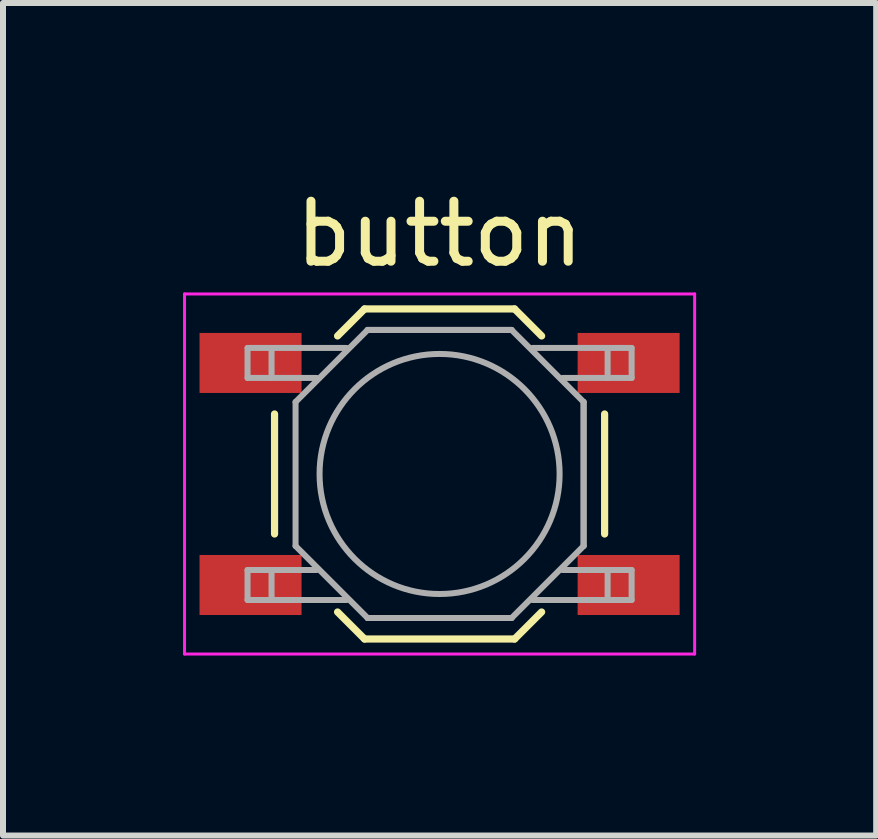
<source format=kicad_pcb>
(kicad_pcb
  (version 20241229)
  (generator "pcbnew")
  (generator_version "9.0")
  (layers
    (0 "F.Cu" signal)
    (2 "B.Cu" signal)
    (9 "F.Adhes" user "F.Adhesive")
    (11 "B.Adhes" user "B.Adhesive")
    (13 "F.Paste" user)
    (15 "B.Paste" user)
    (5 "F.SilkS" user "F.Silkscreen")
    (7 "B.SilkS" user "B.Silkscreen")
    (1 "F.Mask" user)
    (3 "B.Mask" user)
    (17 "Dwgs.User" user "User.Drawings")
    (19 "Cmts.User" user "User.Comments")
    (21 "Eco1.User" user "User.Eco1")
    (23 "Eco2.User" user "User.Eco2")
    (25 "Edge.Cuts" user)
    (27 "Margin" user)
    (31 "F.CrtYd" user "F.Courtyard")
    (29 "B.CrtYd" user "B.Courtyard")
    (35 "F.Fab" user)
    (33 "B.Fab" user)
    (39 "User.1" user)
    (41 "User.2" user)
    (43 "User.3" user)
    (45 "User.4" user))
  (footprint "button"
    (layer "F.Cu")
    (at 4.275 4.848)
    (property "Reference" "button" (at 0 -4 0) (unlocked yes) (layer "F.SilkS") (effects (font (size 1 1) (thickness 0.15))))
    (attr smd)
    (fp_line (start -2.75 -1) (end -2.75 1) (stroke (width 0.12) (type solid)) (layer "F.SilkS"))
    (fp_line (start -1.7 -2.3) (end -1.25 -2.75) (stroke (width 0.12) (type solid)) (layer "F.SilkS"))
    (fp_line (start -1.7 2.3) (end -1.25 2.75) (stroke (width 0.12) (type solid)) (layer "F.SilkS"))
    (fp_line (start -1.25 -2.75) (end 1.25 -2.75) (stroke (width 0.12) (type solid)) (layer "F.SilkS"))
    (fp_line (start -1.25 2.75) (end 1.25 2.75) (stroke (width 0.12) (type solid)) (layer "F.SilkS"))
    (fp_line (start 1.7 -2.3) (end 1.25 -2.75) (stroke (width 0.12) (type solid)) (layer "F.SilkS"))
    (fp_line (start 1.7 2.3) (end 1.25 2.75) (stroke (width 0.12) (type solid)) (layer "F.SilkS"))
    (fp_line (start 2.75 -1) (end 2.75 1) (stroke (width 0.12) (type solid)) (layer "F.SilkS"))
    (fp_line (start -4.25 -3) (end 4.25 -3) (stroke (width 0.05) (type solid)) (layer "F.CrtYd"))
    (fp_line (start -4.25 3) (end -4.25 -3) (stroke (width 0.05) (type solid)) (layer "F.CrtYd"))
    (fp_line (start 4.25 -3) (end 4.25 3) (stroke (width 0.05) (type solid)) (layer "F.CrtYd"))
    (fp_line (start 4.25 3) (end -4.25 3) (stroke (width 0.05) (type solid)) (layer "F.CrtYd"))
    (fp_line (start -3.2 -2.1) (end -3.2 -1.6) (stroke (width 0.1) (type solid)) (layer "F.Fab"))
    (fp_line (start -3.2 -1.6) (end -2.05 -1.6) (stroke (width 0.1) (type solid)) (layer "F.Fab"))
    (fp_line (start -3.2 1.6) (end -2.05 1.6) (stroke (width 0.1) (type solid)) (layer "F.Fab"))
    (fp_line (start -3.2 2.1) (end -3.2 1.6) (stroke (width 0.1) (type solid)) (layer "F.Fab"))
    (fp_line (start -2.8 -2.1) (end -2.8 -1.6) (stroke (width 0.1) (type solid)) (layer "F.Fab"))
    (fp_line (start -2.8 2.1) (end -2.8 1.6) (stroke (width 0.1) (type solid)) (layer "F.Fab"))
    (fp_line (start -2.4 -1.2) (end -2.4 1.2) (stroke (width 0.1) (type solid)) (layer "F.Fab"))
    (fp_line (start -2.4 -1.2) (end -1.2 -2.4) (stroke (width 0.1) (type solid)) (layer "F.Fab"))
    (fp_line (start -1.55 -2.1) (end -3.2 -2.1) (stroke (width 0.1) (type solid)) (layer "F.Fab"))
    (fp_line (start -1.55 2.1) (end -3.2 2.1) (stroke (width 0.1) (type solid)) (layer "F.Fab"))
    (fp_line (start -1.2 -2.4) (end 1.2 -2.4) (stroke (width 0.1) (type solid)) (layer "F.Fab"))
    (fp_line (start -1.2 2.4) (end -2.4 1.2) (stroke (width 0.1) (type solid)) (layer "F.Fab"))
    (fp_line (start -1.2 2.4) (end 1.2 2.4) (stroke (width 0.1) (type solid)) (layer "F.Fab"))
    (fp_line (start 1.2 -2.4) (end -1.2 -2.4) (stroke (width 0.1) (type solid)) (layer "F.Fab"))
    (fp_line (start 1.2 -2.4) (end 2.4 -1.2) (stroke (width 0.1) (type solid)) (layer "F.Fab"))
    (fp_line (start 1.2 2.4) (end -1.2 2.4) (stroke (width 0.1) (type solid)) (layer "F.Fab"))
    (fp_line (start 1.55 -2.1) (end 3.2 -2.1) (stroke (width 0.1) (type solid)) (layer "F.Fab"))
    (fp_line (start 1.55 2.1) (end 3.2 2.1) (stroke (width 0.1) (type solid)) (layer "F.Fab"))
    (fp_line (start 2.4 -1.2) (end 2.4 1.2) (stroke (width 0.1) (type solid)) (layer "F.Fab"))
    (fp_line (start 2.4 1.2) (end 1.2 2.4) (stroke (width 0.1) (type solid)) (layer "F.Fab"))
    (fp_line (start 2.4 1.2) (end 2.4 -1.2) (stroke (width 0.1) (type solid)) (layer "F.Fab"))
    (fp_line (start 2.8 -2.1) (end 2.8 -1.6) (stroke (width 0.1) (type solid)) (layer "F.Fab"))
    (fp_line (start 2.8 2.1) (end 2.8 1.6) (stroke (width 0.1) (type solid)) (layer "F.Fab"))
    (fp_line (start 3.2 -2.1) (end 3.2 -1.6) (stroke (width 0.1) (type solid)) (layer "F.Fab"))
    (fp_line (start 3.2 -1.6) (end 2.05 -1.6) (stroke (width 0.1) (type solid)) (layer "F.Fab"))
    (fp_line (start 3.2 1.6) (end 2.05 1.6) (stroke (width 0.1) (type solid)) (layer "F.Fab"))
    (fp_line (start 3.2 2.1) (end 3.2 1.6) (stroke (width 0.1) (type solid)) (layer "F.Fab"))
    (fp_circle (center 0 0) (end 2 0) (stroke (width 0.1) (type solid)) (fill no) (layer "F.Fab"))
    (pad "1" smd rect (at -3.15 -1.85) (size 1.7 1) (layers "F.Cu" "F.Mask" "F.Paste"))
    (pad "1" smd rect (at 3.15 -1.85) (size 1.7 1) (layers "F.Cu" "F.Mask" "F.Paste"))
    (pad "2" smd rect (at -3.15 1.85) (size 1.7 1) (layers "F.Cu" "F.Mask" "F.Paste"))
    (pad "2" smd rect (at 3.15 1.85) (size 1.7 1) (layers "F.Cu" "F.Mask" "F.Paste")))
  (gr_rect
    (start -3 -3)
    (end 11.55 10.873)
    (stroke (width 0.1) (type default))
    (fill no)
    (layer "Edge.Cuts")))
</source>
